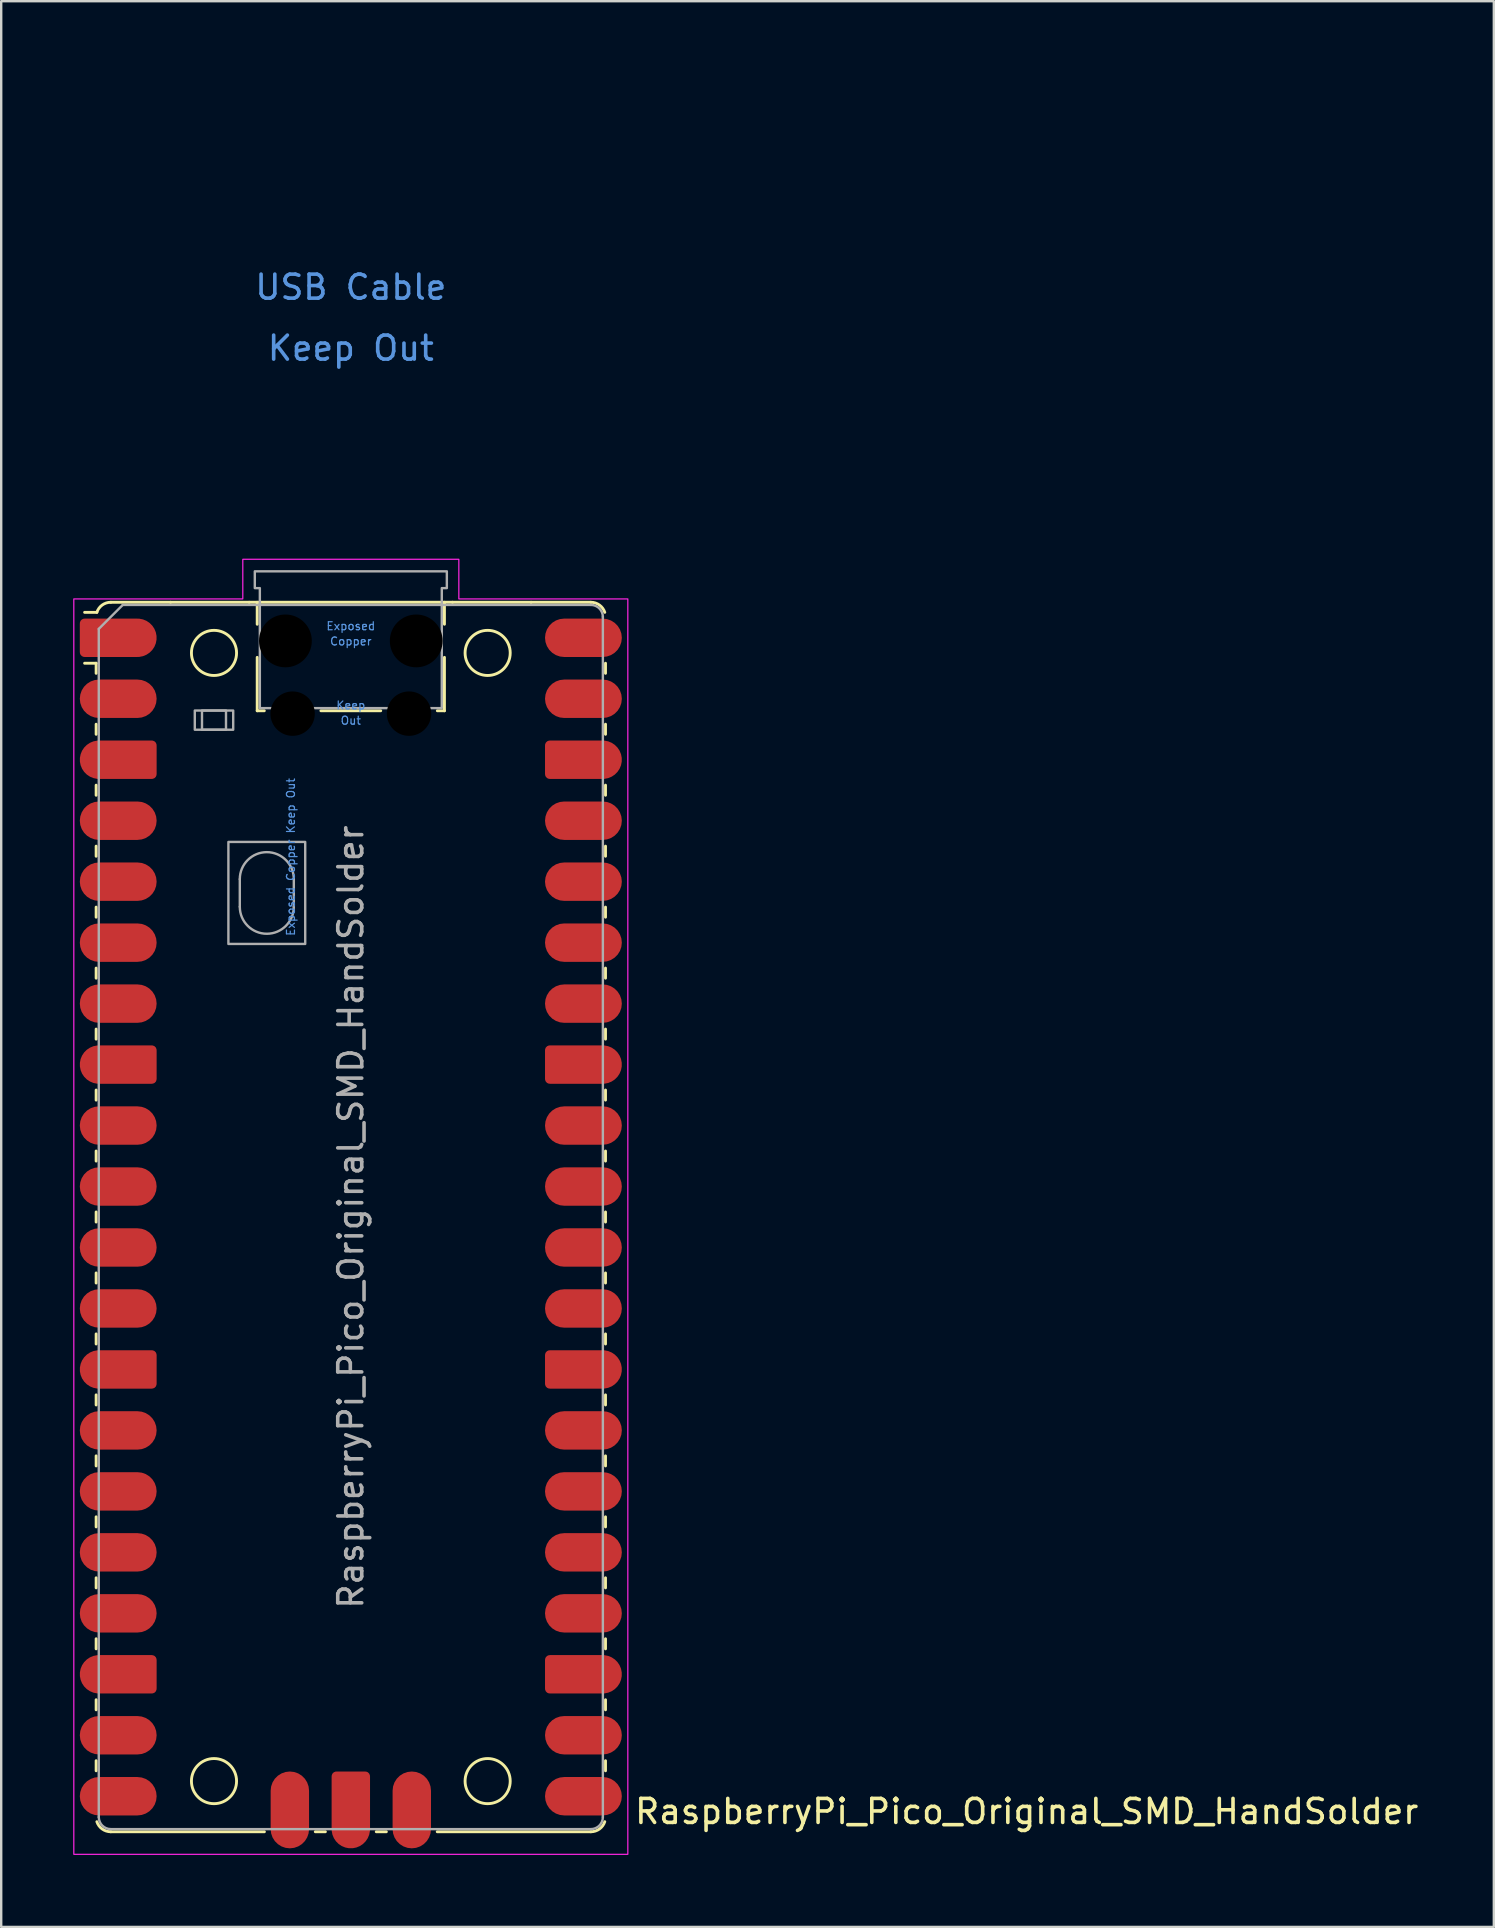
<source format=kicad_pcb>
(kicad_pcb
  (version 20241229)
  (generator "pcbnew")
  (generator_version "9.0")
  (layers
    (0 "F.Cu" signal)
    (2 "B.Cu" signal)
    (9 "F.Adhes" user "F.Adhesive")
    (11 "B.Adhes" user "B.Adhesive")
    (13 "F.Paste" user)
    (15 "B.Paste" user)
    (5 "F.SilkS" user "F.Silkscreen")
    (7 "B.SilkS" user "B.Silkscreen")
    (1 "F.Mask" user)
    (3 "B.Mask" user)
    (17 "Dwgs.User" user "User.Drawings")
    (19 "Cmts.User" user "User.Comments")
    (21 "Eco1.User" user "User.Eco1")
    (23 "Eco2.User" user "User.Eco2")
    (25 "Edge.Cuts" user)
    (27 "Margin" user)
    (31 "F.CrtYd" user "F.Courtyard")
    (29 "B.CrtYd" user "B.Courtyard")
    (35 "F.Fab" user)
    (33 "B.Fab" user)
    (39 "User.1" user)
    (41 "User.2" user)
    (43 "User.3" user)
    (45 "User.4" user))
  (footprint "RaspberryPi_Pico_Original_SMD_HandSolder"
    (layer "F.Cu")
    (at 11.565 47.65)
    (property "Reference" "RaspberryPi_Pico_Original_SMD_HandSolder" (at 11.748 24.765 0) (unlocked yes) (layer "F.SilkS") (effects (font (size 1 1) (thickness 0.15)) (justify left)))
    (attr smd)
    (fp_line (start -10.61 -23.07) (end -11.09 -23.07) (stroke (width 0.12) (type solid)) (layer "F.SilkS"))
    (fp_line (start -10.61 -23.07) (end -10.61 -22.65) (stroke (width 0.12) (type solid)) (layer "F.SilkS"))
    (fp_line (start -10.61 -20.53) (end -10.61 -20.11) (stroke (width 0.12) (type solid)) (layer "F.SilkS"))
    (fp_line (start -10.61 -17.99) (end -10.61 -17.57) (stroke (width 0.12) (type solid)) (layer "F.SilkS"))
    (fp_line (start -10.61 -15.45) (end -10.61 -15.03) (stroke (width 0.12) (type solid)) (layer "F.SilkS"))
    (fp_line (start -10.61 -12.91) (end -10.61 -12.49) (stroke (width 0.12) (type solid)) (layer "F.SilkS"))
    (fp_line (start -10.61 -10.37) (end -10.61 -9.95) (stroke (width 0.12) (type solid)) (layer "F.SilkS"))
    (fp_line (start -10.61 -7.83) (end -10.61 -7.41) (stroke (width 0.12) (type solid)) (layer "F.SilkS"))
    (fp_line (start -10.61 -5.29) (end -10.61 -4.87) (stroke (width 0.12) (type solid)) (layer "F.SilkS"))
    (fp_line (start -10.61 -2.75) (end -10.61 -2.33) (stroke (width 0.12) (type solid)) (layer "F.SilkS"))
    (fp_line (start -10.61 -0.21) (end -10.61 0.21) (stroke (width 0.12) (type solid)) (layer "F.SilkS"))
    (fp_line (start -10.61 2.33) (end -10.61 2.75) (stroke (width 0.12) (type solid)) (layer "F.SilkS"))
    (fp_line (start -10.61 4.87) (end -10.61 5.29) (stroke (width 0.12) (type solid)) (layer "F.SilkS"))
    (fp_line (start -10.61 7.41) (end -10.61 7.83) (stroke (width 0.12) (type solid)) (layer "F.SilkS"))
    (fp_line (start -10.61 9.95) (end -10.61 10.37) (stroke (width 0.12) (type solid)) (layer "F.SilkS"))
    (fp_line (start -10.61 12.49) (end -10.61 12.91) (stroke (width 0.12) (type solid)) (layer "F.SilkS"))
    (fp_line (start -10.61 15.03) (end -10.61 15.45) (stroke (width 0.12) (type solid)) (layer "F.SilkS"))
    (fp_line (start -10.61 17.57) (end -10.61 17.99) (stroke (width 0.12) (type solid)) (layer "F.SilkS"))
    (fp_line (start -10.61 20.11) (end -10.61 20.53) (stroke (width 0.12) (type solid)) (layer "F.SilkS"))
    (fp_line (start -10.61 22.65) (end -10.61 23.07) (stroke (width 0.12) (type solid)) (layer "F.SilkS"))
    (fp_line (start -10.58 -25.19) (end -11.09 -25.19) (stroke (width 0.12) (type solid)) (layer "F.SilkS"))
    (fp_line (start -10 -25.61) (end -7.51 -25.61) (stroke (width 0.12) (type solid)) (layer "F.SilkS"))
    (fp_line (start -10 25.61) (end -3.6 25.61) (stroke (width 0.12) (type solid)) (layer "F.SilkS"))
    (fp_line (start -7.51 -25.61) (end -4.235 -25.61) (stroke (width 0.12) (type solid)) (layer "F.SilkS"))
    (fp_line (start -4.235 -25.61) (end 4.235 -25.61) (stroke (width 0.12) (type solid)) (layer "F.SilkS"))
    (fp_line (start -3.9 -25.61) (end -3.9 -24.694) (stroke (width 0.12) (type solid)) (layer "F.SilkS"))
    (fp_line (start -3.9 -23.315) (end -3.9 -21.09) (stroke (width 0.12) (type solid)) (layer "F.SilkS"))
    (fp_line (start -3.9 -21.09) (end -3.604 -21.09) (stroke (width 0.12) (type solid)) (layer "F.SilkS"))
    (fp_line (start -1.48 25.61) (end -1.06 25.61) (stroke (width 0.12) (type solid)) (layer "F.SilkS"))
    (fp_line (start -1.246 -21.09) (end 1.246 -21.09) (stroke (width 0.12) (type solid)) (layer "F.SilkS"))
    (fp_line (start 1.06 25.61) (end 1.48 25.61) (stroke (width 0.12) (type solid)) (layer "F.SilkS"))
    (fp_line (start 3.6 25.61) (end 10 25.61) (stroke (width 0.12) (type solid)) (layer "F.SilkS"))
    (fp_line (start 3.604 -21.09) (end 3.9 -21.09) (stroke (width 0.12) (type solid)) (layer "F.SilkS"))
    (fp_line (start 3.9 -25.61) (end 3.9 -24.694) (stroke (width 0.12) (type solid)) (layer "F.SilkS"))
    (fp_line (start 3.9 -23.315) (end 3.9 -21.09) (stroke (width 0.12) (type solid)) (layer "F.SilkS"))
    (fp_line (start 4.235 -25.61) (end 7.51 -25.61) (stroke (width 0.12) (type solid)) (layer "F.SilkS"))
    (fp_line (start 10 -25.61) (end 7.51 -25.61) (stroke (width 0.12) (type solid)) (layer "F.SilkS"))
    (fp_line (start 10.61 -23.07) (end 10.61 -22.65) (stroke (width 0.12) (type solid)) (layer "F.SilkS"))
    (fp_line (start 10.61 -20.53) (end 10.61 -20.11) (stroke (width 0.12) (type solid)) (layer "F.SilkS"))
    (fp_line (start 10.61 -17.99) (end 10.61 -17.57) (stroke (width 0.12) (type solid)) (layer "F.SilkS"))
    (fp_line (start 10.61 -15.45) (end 10.61 -15.03) (stroke (width 0.12) (type solid)) (layer "F.SilkS"))
    (fp_line (start 10.61 -12.91) (end 10.61 -12.49) (stroke (width 0.12) (type solid)) (layer "F.SilkS"))
    (fp_line (start 10.61 -10.37) (end 10.61 -9.95) (stroke (width 0.12) (type solid)) (layer "F.SilkS"))
    (fp_line (start 10.61 -7.83) (end 10.61 -7.41) (stroke (width 0.12) (type solid)) (layer "F.SilkS"))
    (fp_line (start 10.61 -5.29) (end 10.61 -4.87) (stroke (width 0.12) (type solid)) (layer "F.SilkS"))
    (fp_line (start 10.61 -2.75) (end 10.61 -2.33) (stroke (width 0.12) (type solid)) (layer "F.SilkS"))
    (fp_line (start 10.61 -0.21) (end 10.61 0.21) (stroke (width 0.12) (type solid)) (layer "F.SilkS"))
    (fp_line (start 10.61 2.33) (end 10.61 2.75) (stroke (width 0.12) (type solid)) (layer "F.SilkS"))
    (fp_line (start 10.61 4.87) (end 10.61 5.29) (stroke (width 0.12) (type solid)) (layer "F.SilkS"))
    (fp_line (start 10.61 7.41) (end 10.61 7.83) (stroke (width 0.12) (type solid)) (layer "F.SilkS"))
    (fp_line (start 10.61 9.95) (end 10.61 10.37) (stroke (width 0.12) (type solid)) (layer "F.SilkS"))
    (fp_line (start 10.61 12.49) (end 10.61 12.91) (stroke (width 0.12) (type solid)) (layer "F.SilkS"))
    (fp_line (start 10.61 15.03) (end 10.61 15.45) (stroke (width 0.12) (type solid)) (layer "F.SilkS"))
    (fp_line (start 10.61 17.57) (end 10.61 17.99) (stroke (width 0.12) (type solid)) (layer "F.SilkS"))
    (fp_line (start 10.61 20.11) (end 10.61 20.53) (stroke (width 0.12) (type solid)) (layer "F.SilkS"))
    (fp_line (start 10.61 22.65) (end 10.61 23.07) (stroke (width 0.12) (type solid)) (layer "F.SilkS"))
    (fp_arc (start -10.579676 -25.19) (mid -10.357938 -25.493944) (end -10 -25.61) (stroke (width 0.12) (type solid)) (layer "F.SilkS"))
    (fp_arc (start -10 25.61) (mid -10.357937 25.493943) (end -10.579676 25.189937) (stroke (width 0.12) (type solid)) (layer "F.SilkS"))
    (fp_arc (start 10 -25.61) (mid 10.357937 -25.493944) (end 10.579676 -25.189937) (stroke (width 0.12) (type solid)) (layer "F.SilkS"))
    (fp_arc (start 10.579676 25.189937) (mid 10.357958 25.493991) (end 10 25.61) (stroke (width 0.12) (type solid)) (layer "F.SilkS"))
    (fp_circle (center -5.7 -23.5) (end -4.76 -23.5) (stroke (width 0.12) (type solid)) (fill no) (layer "F.SilkS"))
    (fp_circle (center -5.7 23.5) (end -4.76 23.5) (stroke (width 0.12) (type solid)) (fill no) (layer "F.SilkS"))
    (fp_circle (center 5.7 -23.5) (end 6.64 -23.5) (stroke (width 0.12) (type solid)) (fill no) (layer "F.SilkS"))
    (fp_circle (center 5.7 23.5) (end 6.64 23.5) (stroke (width 0.12) (type solid)) (fill no) (layer "F.SilkS"))
    (fp_poly (pts (xy -4.5 -27.4) (xy 4.5 -27.4) (xy 4.5 -25.75) (xy 11.54 -25.75) (xy 11.54 26.55) (xy -11.54 26.55) (xy -11.54 -25.75) (xy -4.5 -25.75)) (stroke (width 0.05) (type solid)) (fill no) (layer "F.CrtYd"))
    (fp_line (start -10.5 -24.5) (end -9.5 -25.5) (stroke (width 0.1) (type solid)) (layer "F.Fab"))
    (fp_line (start -10.5 25) (end -10.5 -24.5) (stroke (width 0.1) (type solid)) (layer "F.Fab"))
    (fp_line (start -9.5 -25.5) (end 10 -25.5) (stroke (width 0.1) (type solid)) (layer "F.Fab"))
    (fp_line (start -4.625 -14.075) (end -4.625 -12.925) (stroke (width 0.1) (type solid)) (layer "F.Fab"))
    (fp_line (start -2.375 -14.075) (end -2.375 -12.925) (stroke (width 0.1) (type solid)) (layer "F.Fab"))
    (fp_line (start 10 25.5) (end -10 25.5) (stroke (width 0.1) (type solid)) (layer "F.Fab"))
    (fp_line (start 10.5 -25) (end 10.5 25) (stroke (width 0.1) (type solid)) (layer "F.Fab"))
    (fp_rect (start -6.5 -21.1) (end -4.9 -20.3) (stroke (width 0.1) (type solid)) (fill no) (layer "F.Fab"))
    (fp_rect (start -6.2 -21.1) (end -5.2 -20.3) (stroke (width 0.1) (type solid)) (fill no) (layer "F.Fab"))
    (fp_rect (start -5.1 -15.625) (end -1.9 -11.375) (stroke (width 0.1) (type solid)) (fill no) (layer "F.Fab"))
    (fp_arc (start -10 25.5) (mid -10.353553 25.353553) (end -10.5 25) (stroke (width 0.1) (type solid)) (layer "F.Fab"))
    (fp_arc (start -4.625 -14.075) (mid -3.5 -15.2) (end -2.375 -14.075) (stroke (width 0.1) (type solid)) (layer "F.Fab"))
    (fp_arc (start -2.375 -12.925) (mid -3.5 -11.8) (end -4.625 -12.925) (stroke (width 0.1) (type solid)) (layer "F.Fab"))
    (fp_arc (start 10 -25.5) (mid 10.353553 -25.353553) (end 10.5 -25) (stroke (width 0.1) (type solid)) (layer "F.Fab"))
    (fp_arc (start 10.5 25) (mid 10.353553 25.353553) (end 10 25.5) (stroke (width 0.1) (type solid)) (layer "F.Fab"))
    (fp_poly (pts (xy 3.79 -21.2) (xy 3.79 -26.2) (xy 4 -26.2) (xy 4 -26.9) (xy -4 -26.9) (xy -4 -26.2) (xy -3.79 -26.2) (xy -3.79 -21.2)) (stroke (width 0.1) (type solid)) (fill no) (layer "F.Fab"))
    (fp_text user "Exposed" (at 0 -24.617 0) (unlocked yes) (layer "Cmts.User") (effects (font (size 0.333 0.333) (thickness 0.05))))
    (fp_text user "USB Cable" (at 0 -38.735 0) (unlocked yes) (layer "Cmts.User") (effects (font (size 1 1) (thickness 0.15))))
    (fp_text user "Copper" (at 0 -23.983 0) (unlocked yes) (layer "Cmts.User") (effects (font (size 0.333 0.333) (thickness 0.05))))
    (fp_text user "Keep" (at 0 -21.317 0) (unlocked yes) (layer "Cmts.User") (effects (font (size 0.333 0.333) (thickness 0.05))))
    (fp_text user "Keep Out" (at 0 -36.195 0) (unlocked yes) (layer "Cmts.User") (effects (font (size 1 1) (thickness 0.15))))
    (fp_text user "Out" (at 0 -20.683 0) (unlocked yes) (layer "Cmts.User") (effects (font (size 0.333 0.333) (thickness 0.05))))
    (fp_text user "Exposed Copper Keep Out" (at -2.5 -15 90) (unlocked yes) (layer "Cmts.User") (effects (font (size 0.333 0.333) (thickness 0.05))))
    (fp_text user "${REFERENCE}" (at 0 0 90) (layer "F.Fab") (effects (font (size 1 1) (thickness 0.15))))
    (pad "" np_thru_hole circle (at -2.725 -24) (size 2.2 2.2) (drill 2.2) (layers "*.Mask"))
    (pad "" np_thru_hole circle (at -2.425 -20.97) (size 1.85 1.85) (drill 1.85) (layers "*.Mask"))
    (pad "" np_thru_hole circle (at 2.425 -20.97) (size 1.85 1.85) (drill 1.85) (layers "*.Mask"))
    (pad "" np_thru_hole circle (at 2.725 -24) (size 2.2 2.2) (drill 2.2) (layers "*.Mask"))
    (pad "1" smd custom (at -8.89 -24.13) (size 1.6 1.6) (layers "F.Cu" "F.Mask" "F.Paste") (options (anchor circle)) (primitives (gr_poly (pts (xy -2.4 0.6) (xy -2.4 -0.6) (xy -2.2 -0.8) (xy 0 -0.8) (xy 0 0.8) (xy -2.2 0.8)) (width 0) (fill yes)) (gr_circle (center -2.2 0.6) (end -2 0.6) (width 0) (fill yes)) (gr_circle (center -2.2 -0.6) (end -2 -0.6) (width 0) (fill yes))))
    (pad "2" smd roundrect (at -8.89 -21.59) (size 3.2 1.6) (drill (offset -0.8 0)) (layers "F.Cu" "F.Mask" "F.Paste") (roundrect_rratio 0.5))
    (pad "3" smd custom (at -8.89 -19.05) (size 1.6 1.6) (layers "F.Cu" "F.Mask" "F.Paste") (options (anchor circle)) (primitives (gr_poly (pts (xy 0.8 -0.6) (xy 0.8 0.6) (xy 0.6 0.8) (xy -1.6 0.8) (xy -1.6 -0.8) (xy 0.6 -0.8)) (width 0) (fill yes)) (gr_circle (center 0.6 0.6) (end 0.8 0.6) (width 0) (fill yes)) (gr_circle (center 0.6 -0.6) (end 0.8 -0.6) (width 0) (fill yes)) (gr_circle (center -1.6 0) (end -0.8 0) (width 0) (fill yes))))
    (pad "4" smd roundrect (at -8.89 -16.51) (size 3.2 1.6) (drill (offset -0.8 0)) (layers "F.Cu" "F.Mask" "F.Paste") (roundrect_rratio 0.5))
    (pad "5" smd roundrect (at -8.89 -13.97) (size 3.2 1.6) (drill (offset -0.8 0)) (layers "F.Cu" "F.Mask" "F.Paste") (roundrect_rratio 0.5))
    (pad "6" smd roundrect (at -8.89 -11.43) (size 3.2 1.6) (drill (offset -0.8 0)) (layers "F.Cu" "F.Mask" "F.Paste") (roundrect_rratio 0.5))
    (pad "7" smd roundrect (at -8.89 -8.89) (size 3.2 1.6) (drill (offset -0.8 0)) (layers "F.Cu" "F.Mask" "F.Paste") (roundrect_rratio 0.5))
    (pad "8" smd custom (at -8.89 -6.35) (size 1.6 1.6) (layers "F.Cu" "F.Mask" "F.Paste") (options (anchor circle)) (primitives (gr_poly (pts (xy 0.8 -0.6) (xy 0.8 0.6) (xy 0.6 0.8) (xy -1.6 0.8) (xy -1.6 -0.8) (xy 0.6 -0.8)) (width 0) (fill yes)) (gr_circle (center 0.6 0.6) (end 0.8 0.6) (width 0) (fill yes)) (gr_circle (center 0.6 -0.6) (end 0.8 -0.6) (width 0) (fill yes)) (gr_circle (center -1.6 0) (end -0.8 0) (width 0) (fill yes))))
    (pad "9" smd roundrect (at -8.89 -3.81) (size 3.2 1.6) (drill (offset -0.8 0)) (layers "F.Cu" "F.Mask" "F.Paste") (roundrect_rratio 0.5))
    (pad "10" smd roundrect (at -8.89 -1.27) (size 3.2 1.6) (drill (offset -0.8 0)) (layers "F.Cu" "F.Mask" "F.Paste") (roundrect_rratio 0.5))
    (pad "11" smd roundrect (at -8.89 1.27) (size 3.2 1.6) (drill (offset -0.8 0)) (layers "F.Cu" "F.Mask" "F.Paste") (roundrect_rratio 0.5))
    (pad "12" smd roundrect (at -8.89 3.81) (size 3.2 1.6) (drill (offset -0.8 0)) (layers "F.Cu" "F.Mask" "F.Paste") (roundrect_rratio 0.5))
    (pad "13" smd custom (at -8.89 6.35) (size 1.6 1.6) (layers "F.Cu" "F.Mask" "F.Paste") (options (anchor circle)) (primitives (gr_poly (pts (xy 0.8 -0.6) (xy 0.8 0.6) (xy 0.6 0.8) (xy -1.6 0.8) (xy -1.6 -0.8) (xy 0.6 -0.8)) (width 0) (fill yes)) (gr_circle (center 0.6 0.6) (end 0.8 0.6) (width 0) (fill yes)) (gr_circle (center 0.6 -0.6) (end 0.8 -0.6) (width 0) (fill yes)) (gr_circle (center -1.6 0) (end -0.8 0) (width 0) (fill yes))))
    (pad "14" smd roundrect (at -8.89 8.89) (size 3.2 1.6) (drill (offset -0.8 0)) (layers "F.Cu" "F.Mask" "F.Paste") (roundrect_rratio 0.5))
    (pad "15" smd roundrect (at -8.89 11.43) (size 3.2 1.6) (drill (offset -0.8 0)) (layers "F.Cu" "F.Mask" "F.Paste") (roundrect_rratio 0.5))
    (pad "16" smd roundrect (at -8.89 13.97) (size 3.2 1.6) (drill (offset -0.8 0)) (layers "F.Cu" "F.Mask" "F.Paste") (roundrect_rratio 0.5))
    (pad "17" smd roundrect (at -8.89 16.51) (size 3.2 1.6) (drill (offset -0.8 0)) (layers "F.Cu" "F.Mask" "F.Paste") (roundrect_rratio 0.5))
    (pad "18" smd custom (at -8.89 19.05) (size 1.6 1.6) (layers "F.Cu" "F.Mask" "F.Paste") (options (anchor circle)) (primitives (gr_poly (pts (xy 0.8 -0.6) (xy 0.8 0.6) (xy 0.6 0.8) (xy -1.6 0.8) (xy -1.6 -0.8) (xy 0.6 -0.8)) (width 0) (fill yes)) (gr_circle (center 0.6 0.6) (end 0.8 0.6) (width 0) (fill yes)) (gr_circle (center 0.6 -0.6) (end 0.8 -0.6) (width 0) (fill yes)) (gr_circle (center -1.6 0) (end -0.8 0) (width 0) (fill yes))))
    (pad "19" smd roundrect (at -8.89 21.59) (size 3.2 1.6) (drill (offset -0.8 0)) (layers "F.Cu" "F.Mask" "F.Paste") (roundrect_rratio 0.5))
    (pad "20" smd roundrect (at -8.89 24.13) (size 3.2 1.6) (drill (offset -0.8 0)) (layers "F.Cu" "F.Mask" "F.Paste") (roundrect_rratio 0.5))
    (pad "21" smd roundrect (at 8.89 24.13) (size 3.2 1.6) (drill (offset 0.8 0)) (layers "F.Cu" "F.Mask" "F.Paste") (roundrect_rratio 0.5))
    (pad "22" smd roundrect (at 8.89 21.59) (size 3.2 1.6) (drill (offset 0.8 0)) (layers "F.Cu" "F.Mask" "F.Paste") (roundrect_rratio 0.5))
    (pad "23" smd custom (at 8.89 19.05) (size 1.6 1.6) (layers "F.Cu" "F.Mask" "F.Paste") (options (anchor circle)) (primitives (gr_poly (pts (xy -0.8 -0.6) (xy -0.8 0.6) (xy -0.6 0.8) (xy 1.6 0.8) (xy 1.6 -0.8) (xy -0.6 -0.8)) (width 0) (fill yes)) (gr_circle (center -0.6 0.6) (end -0.4 0.6) (width 0) (fill yes)) (gr_circle (center -0.6 -0.6) (end -0.4 -0.6) (width 0) (fill yes)) (gr_circle (center 1.6 0) (end 2.4 0) (width 0) (fill yes))))
    (pad "24" smd roundrect (at 8.89 16.51) (size 3.2 1.6) (drill (offset 0.8 0)) (layers "F.Cu" "F.Mask" "F.Paste") (roundrect_rratio 0.5))
    (pad "25" smd roundrect (at 8.89 13.97) (size 3.2 1.6) (drill (offset 0.8 0)) (layers "F.Cu" "F.Mask" "F.Paste") (roundrect_rratio 0.5))
    (pad "26" smd roundrect (at 8.89 11.43) (size 3.2 1.6) (drill (offset 0.8 0)) (layers "F.Cu" "F.Mask" "F.Paste") (roundrect_rratio 0.5))
    (pad "27" smd roundrect (at 8.89 8.89) (size 3.2 1.6) (drill (offset 0.8 0)) (layers "F.Cu" "F.Mask" "F.Paste") (roundrect_rratio 0.5))
    (pad "28" smd custom (at 8.89 6.35) (size 1.6 1.6) (layers "F.Cu" "F.Mask" "F.Paste") (options (anchor circle)) (primitives (gr_poly (pts (xy -0.8 -0.6) (xy -0.8 0.6) (xy -0.6 0.8) (xy 1.6 0.8) (xy 1.6 -0.8) (xy -0.6 -0.8)) (width 0) (fill yes)) (gr_circle (center -0.6 0.6) (end -0.4 0.6) (width 0) (fill yes)) (gr_circle (center -0.6 -0.6) (end -0.4 -0.6) (width 0) (fill yes)) (gr_circle (center 1.6 0) (end 2.4 0) (width 0) (fill yes))))
    (pad "29" smd roundrect (at 8.89 3.81) (size 3.2 1.6) (drill (offset 0.8 0)) (layers "F.Cu" "F.Mask" "F.Paste") (roundrect_rratio 0.5))
    (pad "30" smd roundrect (at 8.89 1.27) (size 3.2 1.6) (drill (offset 0.8 0)) (layers "F.Cu" "F.Mask" "F.Paste") (roundrect_rratio 0.5))
    (pad "31" smd roundrect (at 8.89 -1.27) (size 3.2 1.6) (drill (offset 0.8 0)) (layers "F.Cu" "F.Mask" "F.Paste") (roundrect_rratio 0.5))
    (pad "32" smd roundrect (at 8.89 -3.81) (size 3.2 1.6) (drill (offset 0.8 0)) (layers "F.Cu" "F.Mask" "F.Paste") (roundrect_rratio 0.5))
    (pad "33" smd custom (at 8.89 -6.35) (size 1.6 1.6) (layers "F.Cu" "F.Mask" "F.Paste") (options (anchor circle)) (primitives (gr_poly (pts (xy -0.8 -0.6) (xy -0.8 0.6) (xy -0.6 0.8) (xy 1.6 0.8) (xy 1.6 -0.8) (xy -0.6 -0.8)) (width 0) (fill yes)) (gr_circle (center -0.6 0.6) (end -0.4 0.6) (width 0) (fill yes)) (gr_circle (center -0.6 -0.6) (end -0.4 -0.6) (width 0) (fill yes)) (gr_circle (center 1.6 0) (end 2.4 0) (width 0) (fill yes))))
    (pad "34" smd roundrect (at 8.89 -8.89) (size 3.2 1.6) (drill (offset 0.8 0)) (layers "F.Cu" "F.Mask" "F.Paste") (roundrect_rratio 0.5))
    (pad "35" smd roundrect (at 8.89 -11.43) (size 3.2 1.6) (drill (offset 0.8 0)) (layers "F.Cu" "F.Mask" "F.Paste") (roundrect_rratio 0.5))
    (pad "36" smd roundrect (at 8.89 -13.97) (size 3.2 1.6) (drill (offset 0.8 0)) (layers "F.Cu" "F.Mask" "F.Paste") (roundrect_rratio 0.5))
    (pad "37" smd roundrect (at 8.89 -16.51) (size 3.2 1.6) (drill (offset 0.8 0)) (layers "F.Cu" "F.Mask" "F.Paste") (roundrect_rratio 0.5))
    (pad "38" smd custom (at 8.89 -19.05) (size 1.6 1.6) (layers "F.Cu" "F.Mask" "F.Paste") (options (anchor circle)) (primitives (gr_poly (pts (xy -0.8 -0.6) (xy -0.8 0.6) (xy -0.6 0.8) (xy 1.6 0.8) (xy 1.6 -0.8) (xy -0.6 -0.8)) (width 0) (fill yes)) (gr_circle (center -0.6 0.6) (end -0.4 0.6) (width 0) (fill yes)) (gr_circle (center -0.6 -0.6) (end -0.4 -0.6) (width 0) (fill yes)) (gr_circle (center 1.6 0) (end 2.4 0) (width 0) (fill yes))))
    (pad "39" smd roundrect (at 8.89 -21.59) (size 3.2 1.6) (drill (offset 0.8 0)) (layers "F.Cu" "F.Mask" "F.Paste") (roundrect_rratio 0.5))
    (pad "40" smd roundrect (at 8.89 -24.13) (size 3.2 1.6) (drill (offset 0.8 0)) (layers "F.Cu" "F.Mask" "F.Paste") (roundrect_rratio 0.5))
    (pad "D1" smd roundrect (at -2.54 23.9 90) (size 3.2 1.6) (drill (offset -0.8 0)) (layers "F.Cu" "F.Mask" "F.Paste") (roundrect_rratio 0.5))
    (pad "D2" smd custom (at 0 23.9 270) (size 1.6 1.6) (layers "F.Cu" "F.Mask" "F.Paste") (options (anchor circle)) (primitives (gr_poly (pts (xy -0.8 -0.6) (xy -0.8 0.6) (xy -0.6 0.8) (xy 1.6 0.8) (xy 1.6 -0.8) (xy -0.6 -0.8)) (width 0) (fill yes)) (gr_circle (center -0.6 0.6) (end -0.4 0.6) (width 0) (fill yes)) (gr_circle (center -0.6 -0.6) (end -0.4 -0.6) (width 0) (fill yes)) (gr_circle (center 1.6 0) (end 2.4 0) (width 0) (fill yes))))
    (pad "D3" smd roundrect (at 2.54 23.9 90) (size 3.2 1.6) (drill (offset -0.8 0)) (layers "F.Cu" "F.Mask" "F.Paste") (roundrect_rratio 0.5))
    (zone (net_name "") (layers "F.Cu" "F.Paste") (name "Pad Keep Out TP4") (hatch full 0.5) (connect_pads) (min_thickness 0.25) (filled_areas_thickness no) (keepout (tracks not_allowed) (vias not_allowed) (pads not_allowed) (copperpour not_allowed) (footprints allowed)) (placement (enabled no)) (fill) (polygon (pts (xy 8.549 31.098) (xy 8.423 31.064) (xy 8.309 30.998) (xy 8.217 30.906) (xy 8.151 30.792) (xy 8.117 30.666) (xy 8.115 30.6) (xy 8.115 30.15) (xy 10.015 30.15) (xy 10.015 30.6) (xy 10.013 30.666) (xy 9.979 30.792) (xy 9.913 30.906) (xy 9.821 30.998) (xy 9.707 31.064) (xy 9.581 31.098) (xy 9.515 31.1) (xy 8.615 31.1))))
    (zone (net_name "") (layers "F.Cu" "F.Paste") (name "Pad Keep Out TP5") (hatch full 0.5) (connect_pads) (min_thickness 0.25) (filled_areas_thickness no) (keepout (tracks not_allowed) (vias not_allowed) (pads not_allowed) (copperpour not_allowed) (footprints allowed)) (placement (enabled no)) (fill) (polygon (pts (xy 8.549 33.598) (xy 8.423 33.564) (xy 8.309 33.498) (xy 8.217 33.406) (xy 8.151 33.292) (xy 8.117 33.166) (xy 8.115 33.1) (xy 8.115 32.65) (xy 10.015 32.65) (xy 10.015 33.1) (xy 10.013 33.166) (xy 9.979 33.292) (xy 9.913 33.406) (xy 9.821 33.498) (xy 9.707 33.564) (xy 9.581 33.598) (xy 9.515 33.6) (xy 8.615 33.6))))
    (zone (net_name "") (layers "F.Cu" "F.Paste") (name "Pad Keep Out TP6") (hatch full 0.5) (connect_pads) (min_thickness 0.25) (filled_areas_thickness no) (keepout (tracks not_allowed) (vias not_allowed) (pads not_allowed) (copperpour not_allowed) (footprints allowed)) (placement (enabled no)) (fill) (polygon (pts (xy 8.549 36.098) (xy 8.423 36.064) (xy 8.309 35.998) (xy 8.217 35.906) (xy 8.151 35.792) (xy 8.117 35.666) (xy 8.115 35.6) (xy 8.115 35.15) (xy 10.015 35.15) (xy 10.015 35.6) (xy 10.013 35.666) (xy 9.979 35.792) (xy 9.913 35.906) (xy 9.821 35.998) (xy 9.707 36.064) (xy 9.581 36.098) (xy 9.515 36.1) (xy 8.615 36.1))))
    (zone (net_name "") (layers "F.Cu" "F.Paste") (name "Pad Keep Out TP3") (hatch full 0.5) (connect_pads) (min_thickness 0.25) (filled_areas_thickness no) (keepout (tracks not_allowed) (vias not_allowed) (pads not_allowed) (copperpour not_allowed) (footprints allowed)) (placement (enabled no)) (fill) (polygon (pts (xy 9.617 22.834) (xy 9.651 22.708) (xy 9.717 22.594) (xy 9.809 22.502) (xy 9.923 22.436) (xy 10.049 22.402) (xy 10.115 22.4) (xy 10.565 22.4) (xy 10.565 24.3) (xy 10.115 24.3) (xy 10.049 24.298) (xy 9.923 24.264) (xy 9.809 24.198) (xy 9.717 24.106) (xy 9.651 23.992) (xy 9.617 23.866) (xy 9.615 23.8) (xy 9.615 22.9))))
    (zone (net_name "") (layers "F.Cu" "F.Paste") (name "Pad Keep Out TP4") (hatch full 0.5) (connect_pads) (min_thickness 0.25) (filled_areas_thickness no) (keepout (tracks not_allowed) (vias not_allowed) (pads not_allowed) (copperpour not_allowed) (footprints allowed)) (placement (enabled no)) (fill) (polygon (pts (xy 10.015 30.15) (xy 10.015 29.7) (xy 10.013 29.634) (xy 9.979 29.508) (xy 9.913 29.394) (xy 9.821 29.302) (xy 9.707 29.236) (xy 9.581 29.202) (xy 9.515 29.2) (xy 8.615 29.2) (xy 8.549 29.202) (xy 8.423 29.236) (xy 8.309 29.302) (xy 8.217 29.394) (xy 8.151 29.508) (xy 8.117 29.634) (xy 8.115 29.7) (xy 8.115 30.15))))
    (zone (net_name "") (layers "F.Cu" "F.Paste") (name "Pad Keep Out TP5") (hatch full 0.5) (connect_pads) (min_thickness 0.25) (filled_areas_thickness no) (keepout (tracks not_allowed) (vias not_allowed) (pads not_allowed) (copperpour not_allowed) (footprints allowed)) (placement (enabled no)) (fill) (polygon (pts (xy 10.015 32.65) (xy 10.015 32.2) (xy 10.013 32.134) (xy 9.979 32.008) (xy 9.913 31.894) (xy 9.821 31.802) (xy 9.707 31.736) (xy 9.581 31.702) (xy 9.515 31.7) (xy 8.615 31.7) (xy 8.549 31.702) (xy 8.423 31.736) (xy 8.309 31.802) (xy 8.217 31.894) (xy 8.151 32.008) (xy 8.117 32.134) (xy 8.115 32.2) (xy 8.115 32.65))))
    (zone (net_name "") (layers "F.Cu" "F.Paste") (name "Pad Keep Out TP6") (hatch full 0.5) (connect_pads) (min_thickness 0.25) (filled_areas_thickness no) (keepout (tracks not_allowed) (vias not_allowed) (pads not_allowed) (copperpour not_allowed) (footprints allowed)) (placement (enabled no)) (fill) (polygon (pts (xy 10.015 35.15) (xy 10.015 34.7) (xy 10.013 34.634) (xy 9.979 34.508) (xy 9.913 34.394) (xy 9.821 34.302) (xy 9.707 34.236) (xy 9.581 34.202) (xy 9.515 34.2) (xy 8.615 34.2) (xy 8.549 34.202) (xy 8.423 34.236) (xy 8.309 34.302) (xy 8.217 34.394) (xy 8.151 34.508) (xy 8.117 34.634) (xy 8.115 34.7) (xy 8.115 35.15))))
    (zone (net_name "") (layers "F.Cu" "F.Paste") (name "Pad Keep Out TP3") (hatch full 0.5) (connect_pads) (min_thickness 0.25) (filled_areas_thickness no) (keepout (tracks not_allowed) (vias not_allowed) (pads not_allowed) (copperpour not_allowed) (footprints allowed)) (placement (enabled no)) (fill) (polygon (pts (xy 10.565 24.3) (xy 11.015 24.3) (xy 11.081 24.298) (xy 11.207 24.264) (xy 11.321 24.198) (xy 11.413 24.106) (xy 11.479 23.992) (xy 11.513 23.866) (xy 11.515 23.8) (xy 11.515 22.9) (xy 11.513 22.834) (xy 11.479 22.708) (xy 11.413 22.594) (xy 11.321 22.502) (xy 11.207 22.436) (xy 11.081 22.402) (xy 11.015 22.4) (xy 10.565 22.4))))
    (zone (net_name "") (layers "F.Cu" "F.Paste") (name "Pad Keep Out TP1") (hatch full 0.5) (connect_pads) (min_thickness 0.25) (filled_areas_thickness no) (keepout (tracks not_allowed) (vias not_allowed) (pads not_allowed) (copperpour not_allowed) (footprints allowed)) (placement (enabled no)) (fill) (polygon (pts (xy 10.617 26.134) (xy 10.651 26.008) (xy 10.717 25.894) (xy 10.809 25.802) (xy 10.923 25.736) (xy 11.049 25.702) (xy 11.115 25.7) (xy 11.565 25.7) (xy 11.565 27.6) (xy 11.115 27.6) (xy 11.049 27.598) (xy 10.923 27.564) (xy 10.809 27.498) (xy 10.717 27.406) (xy 10.651 27.292) (xy 10.617 27.166) (xy 10.615 27.1) (xy 10.615 26.2))))
    (zone (net_name "") (layers "F.Cu" "F.Paste") (name "Pad Keep Out TP1") (hatch full 0.5) (connect_pads) (min_thickness 0.25) (filled_areas_thickness no) (keepout (tracks not_allowed) (vias not_allowed) (pads not_allowed) (copperpour not_allowed) (footprints allowed)) (placement (enabled no)) (fill) (polygon (pts (xy 11.565 27.6) (xy 12.015 27.6) (xy 12.081 27.598) (xy 12.207 27.564) (xy 12.321 27.498) (xy 12.413 27.406) (xy 12.479 27.292) (xy 12.513 27.166) (xy 12.515 27.1) (xy 12.515 26.2) (xy 12.513 26.134) (xy 12.479 26.008) (xy 12.413 25.894) (xy 12.321 25.802) (xy 12.207 25.736) (xy 12.081 25.702) (xy 12.015 25.7) (xy 11.565 25.7))))
    (zone (net_name "") (layers "F.Cu" "F.Paste") (name "Pad Keep Out TP2") (hatch full 0.5) (connect_pads) (min_thickness 0.25) (filled_areas_thickness no) (keepout (tracks not_allowed) (vias not_allowed) (pads not_allowed) (copperpour not_allowed) (footprints allowed)) (placement (enabled no)) (fill) (polygon (pts (xy 11.617 22.849) (xy 11.651 22.723) (xy 11.717 22.609) (xy 11.809 22.517) (xy 11.923 22.451) (xy 12.049 22.417) (xy 12.115 22.415) (xy 12.565 22.415) (xy 12.565 24.315) (xy 12.115 24.315) (xy 12.049 24.313) (xy 11.923 24.279) (xy 11.809 24.213) (xy 11.717 24.121) (xy 11.651 24.007) (xy 11.617 23.881) (xy 11.615 23.815) (xy 11.615 22.915))))
    (zone (net_name "") (layers "F.Cu" "F.Paste") (name "Pad Keep Out TP2") (hatch full 0.5) (connect_pads) (min_thickness 0.25) (filled_areas_thickness no) (keepout (tracks not_allowed) (vias not_allowed) (pads not_allowed) (copperpour not_allowed) (footprints allowed)) (placement (enabled no)) (fill) (polygon (pts (xy 12.565 24.315) (xy 13.015 24.315) (xy 13.081 24.313) (xy 13.207 24.279) (xy 13.321 24.213) (xy 13.413 24.121) (xy 13.479 24.007) (xy 13.513 23.881) (xy 13.515 23.815) (xy 13.515 22.915) (xy 13.513 22.849) (xy 13.479 22.723) (xy 13.413 22.609) (xy 13.321 22.517) (xy 13.207 22.451) (xy 13.081 22.417) (xy 13.015 22.415) (xy 12.565 22.415))))
    (zone (net_name "") (layer "Edge.Cuts") (name "Board Keep Out USB Cable") (hatch edge 0.5) (connect_pads) (min_thickness 0.254) (filled_areas_thickness no) (keepout (tracks allowed) (vias allowed) (pads allowed) (copperpour allowed) (footprints allowed)) (placement (enabled no)) (fill) (polygon (pts (xy 5.365 0) (xy 17.765 0) (xy 17.765 20.4) (xy 5.365 20.4))))
    (zone (net_name "") (layer "F.CrtYd") (name "USB Cable Keep Out") (hatch full 0.5) (connect_pads) (min_thickness 0.254) (filled_areas_thickness no) (keepout (tracks allowed) (vias allowed) (pads allowed) (copperpour allowed) (footprints not_allowed)) (placement (enabled no)) (fill) (polygon (pts (xy 5.815 19.95) (xy 7.625 19.95) (xy 7.625 20.25) (xy 15.505 20.25) (xy 15.505 19.95) (xy 17.315 19.95) (xy 17.315 0.45) (xy 5.815 0.45)))))
  (gr_rect
    (start -3 -3)
    (end 59.182 77.225)
    (stroke (width 0.1) (type default))
    (fill no)
    (layer "Edge.Cuts")))
</source>
